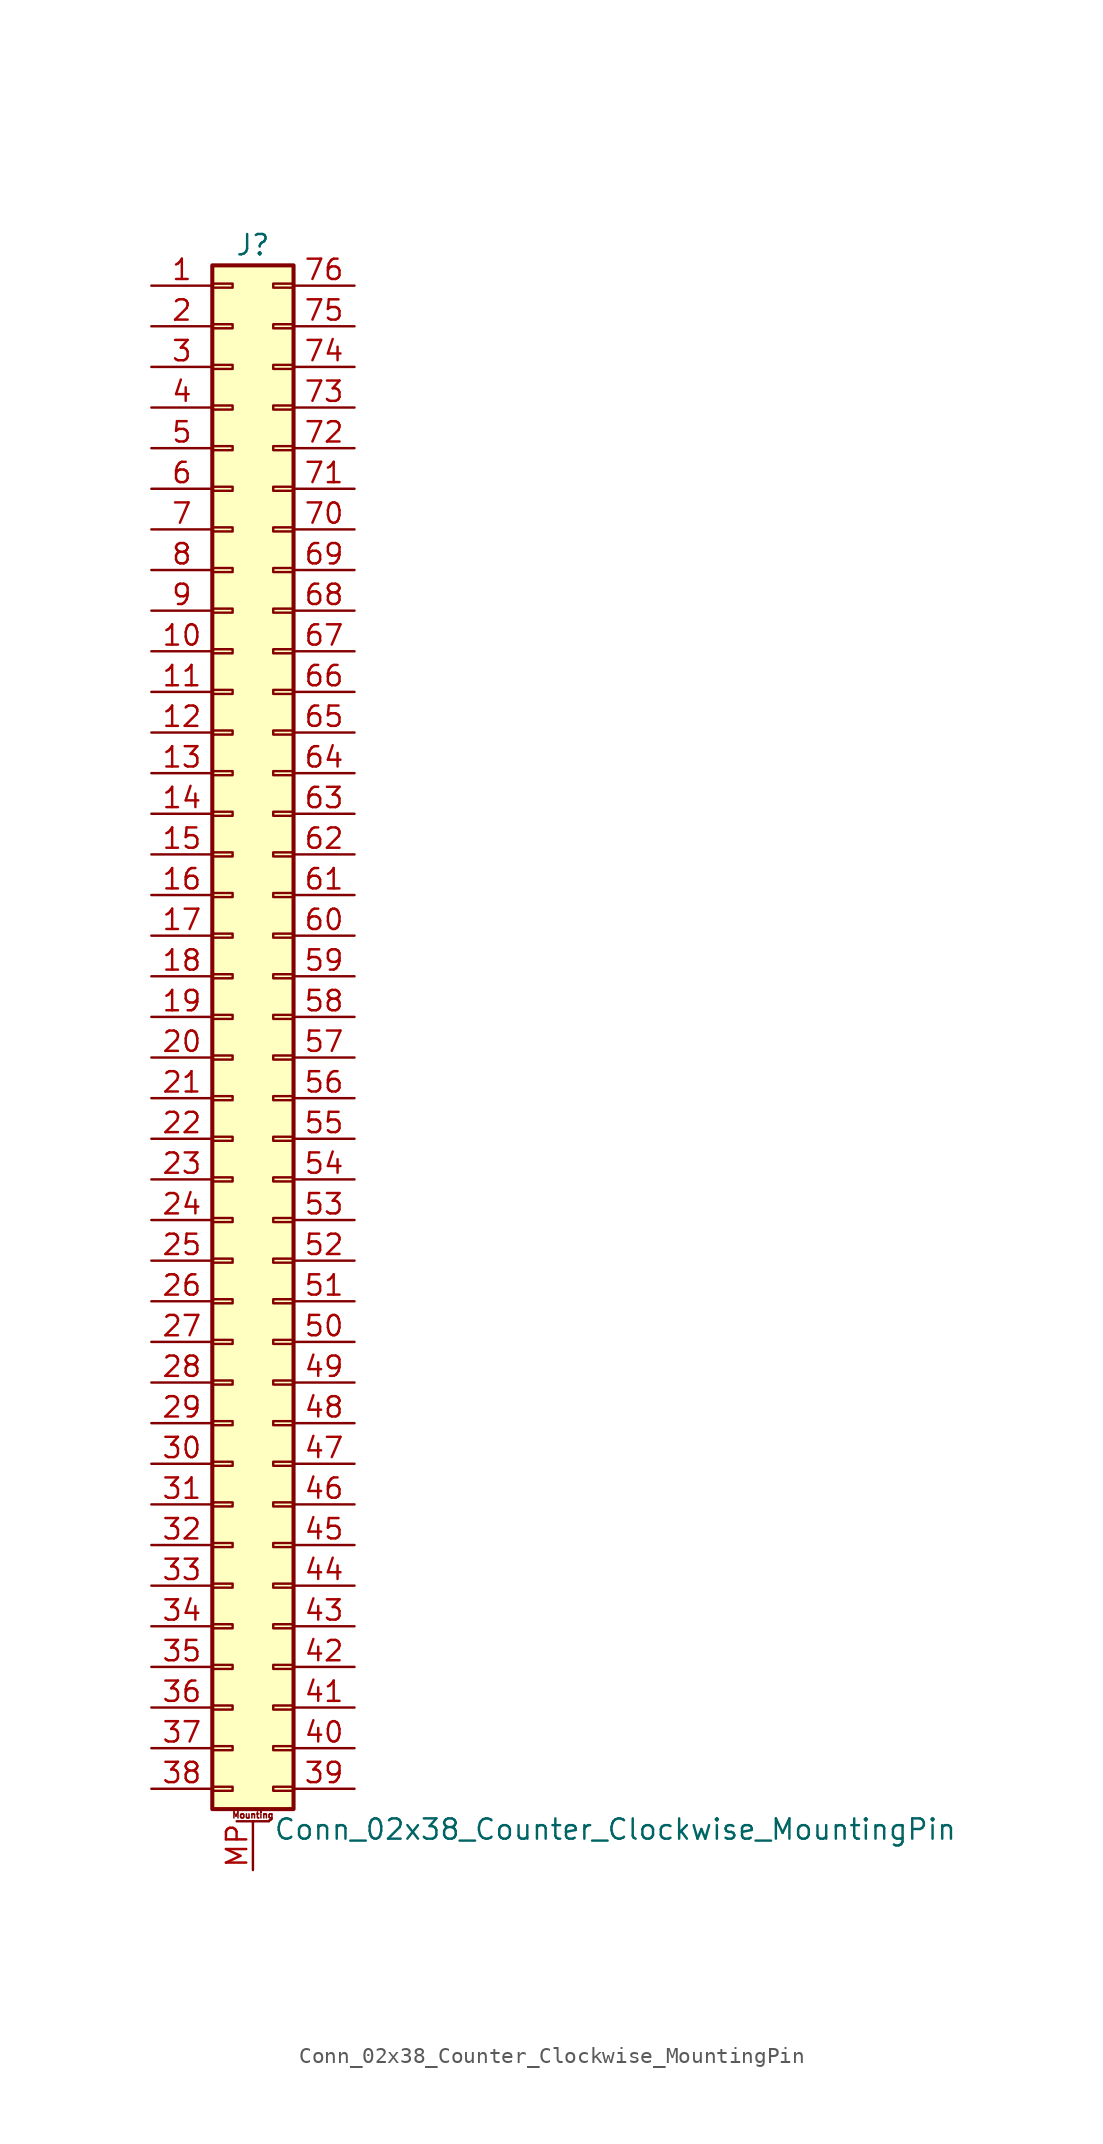
<source format=kicad_sym>
(kicad_symbol_lib
  (version 20201005)
  (generator kicad_symbol_editor)
  (symbol "Conn_02x38_Counter_Clockwise_MountingPin"
    (pin_names
      (offset 1.016) hide)
    (property "Reference" "J"
      (at 1.27 48.26 0)
      (effects (font (size 1.27 1.27))))
    (property "Value" "Conn_02x38_Counter_Clockwise_MountingPin"
      (at 2.54 -50.8 0)
      (effects (font (size 1.27 1.27)) (justify left)))
    (symbol "Conn_02x38_Counter_Clockwise_MountingPin_1_1"
      (text "Mounting" (at 1.27 -49.911 0) (effects (font (size 0.381 0.381))))
      (rectangle (start -1.27 -48.133) (end 0 -48.387) (stroke (width 0.152)) (fill (type none)))
      (rectangle (start -1.27 -45.593) (end 0 -45.847) (stroke (width 0.152)) (fill (type none)))
      (rectangle (start -1.27 -43.053) (end 0 -43.307) (stroke (width 0.152)) (fill (type none)))
      (rectangle (start -1.27 -40.513) (end 0 -40.767) (stroke (width 0.152)) (fill (type none)))
      (rectangle (start -1.27 -37.973) (end 0 -38.227) (stroke (width 0.152)) (fill (type none)))
      (rectangle (start -1.27 -35.433) (end 0 -35.687) (stroke (width 0.152)) (fill (type none)))
      (rectangle (start -1.27 -32.893) (end 0 -33.147) (stroke (width 0.152)) (fill (type none)))
      (rectangle (start -1.27 -30.353) (end 0 -30.607) (stroke (width 0.152)) (fill (type none)))
      (rectangle (start -1.27 -27.813) (end 0 -28.067) (stroke (width 0.152)) (fill (type none)))
      (rectangle (start -1.27 -25.273) (end 0 -25.527) (stroke (width 0.152)) (fill (type none)))
      (rectangle (start -1.27 -22.733) (end 0 -22.987) (stroke (width 0.152)) (fill (type none)))
      (rectangle (start -1.27 -20.193) (end 0 -20.447) (stroke (width 0.152)) (fill (type none)))
      (rectangle (start -1.27 -17.653) (end 0 -17.907) (stroke (width 0.152)) (fill (type none)))
      (rectangle (start -1.27 -15.113) (end 0 -15.367) (stroke (width 0.152)) (fill (type none)))
      (rectangle (start -1.27 -12.573) (end 0 -12.827) (stroke (width 0.152)) (fill (type none)))
      (rectangle (start -1.27 -10.033) (end 0 -10.287) (stroke (width 0.152)) (fill (type none)))
      (rectangle (start -1.27 -7.493) (end 0 -7.747) (stroke (width 0.152)) (fill (type none)))
      (rectangle (start -1.27 -4.953) (end 0 -5.207) (stroke (width 0.152)) (fill (type none)))
      (rectangle (start -1.27 -2.413) (end 0 -2.667) (stroke (width 0.152)) (fill (type none)))
      (rectangle (start -1.27 0.127) (end 0 -0.127) (stroke (width 0.152)) (fill (type none)))
      (rectangle (start -1.27 2.667) (end 0 2.413) (stroke (width 0.152)) (fill (type none)))
      (rectangle (start -1.27 5.207) (end 0 4.953) (stroke (width 0.152)) (fill (type none)))
      (rectangle (start -1.27 7.747) (end 0 7.493) (stroke (width 0.152)) (fill (type none)))
      (rectangle (start -1.27 10.287) (end 0 10.033) (stroke (width 0.152)) (fill (type none)))
      (rectangle (start -1.27 12.827) (end 0 12.573) (stroke (width 0.152)) (fill (type none)))
      (rectangle (start -1.27 15.367) (end 0 15.113) (stroke (width 0.152)) (fill (type none)))
      (rectangle (start -1.27 17.907) (end 0 17.653) (stroke (width 0.152)) (fill (type none)))
      (rectangle (start -1.27 20.447) (end 0 20.193) (stroke (width 0.152)) (fill (type none)))
      (rectangle (start -1.27 22.987) (end 0 22.733) (stroke (width 0.152)) (fill (type none)))
      (rectangle (start -1.27 25.527) (end 0 25.273) (stroke (width 0.152)) (fill (type none)))
      (rectangle (start -1.27 28.067) (end 0 27.813) (stroke (width 0.152)) (fill (type none)))
      (rectangle (start -1.27 30.607) (end 0 30.353) (stroke (width 0.152)) (fill (type none)))
      (rectangle (start -1.27 33.147) (end 0 32.893) (stroke (width 0.152)) (fill (type none)))
      (rectangle (start -1.27 35.687) (end 0 35.433) (stroke (width 0.152)) (fill (type none)))
      (rectangle (start -1.27 38.227) (end 0 37.973) (stroke (width 0.152)) (fill (type none)))
      (rectangle (start -1.27 40.767) (end 0 40.513) (stroke (width 0.152)) (fill (type none)))
      (rectangle (start -1.27 43.307) (end 0 43.053) (stroke (width 0.152)) (fill (type none)))
      (rectangle (start -1.27 45.847) (end 0 45.593) (stroke (width 0.152)) (fill (type none)))
      (rectangle (start -1.27 46.99) (end 3.81 -49.53) (stroke (width 0.254)) (fill (type background)))
      (rectangle (start 3.81 -48.133) (end 2.54 -48.387) (stroke (width 0.152)) (fill (type none)))
      (rectangle (start 3.81 -45.593) (end 2.54 -45.847) (stroke (width 0.152)) (fill (type none)))
      (rectangle (start 3.81 -43.053) (end 2.54 -43.307) (stroke (width 0.152)) (fill (type none)))
      (rectangle (start 3.81 -40.513) (end 2.54 -40.767) (stroke (width 0.152)) (fill (type none)))
      (rectangle (start 3.81 -37.973) (end 2.54 -38.227) (stroke (width 0.152)) (fill (type none)))
      (rectangle (start 3.81 -35.433) (end 2.54 -35.687) (stroke (width 0.152)) (fill (type none)))
      (rectangle (start 3.81 -32.893) (end 2.54 -33.147) (stroke (width 0.152)) (fill (type none)))
      (rectangle (start 3.81 -30.353) (end 2.54 -30.607) (stroke (width 0.152)) (fill (type none)))
      (rectangle (start 3.81 -27.813) (end 2.54 -28.067) (stroke (width 0.152)) (fill (type none)))
      (rectangle (start 3.81 -25.273) (end 2.54 -25.527) (stroke (width 0.152)) (fill (type none)))
      (rectangle (start 3.81 -22.733) (end 2.54 -22.987) (stroke (width 0.152)) (fill (type none)))
      (rectangle (start 3.81 -20.193) (end 2.54 -20.447) (stroke (width 0.152)) (fill (type none)))
      (rectangle (start 3.81 -17.653) (end 2.54 -17.907) (stroke (width 0.152)) (fill (type none)))
      (rectangle (start 3.81 -15.113) (end 2.54 -15.367) (stroke (width 0.152)) (fill (type none)))
      (rectangle (start 3.81 -12.573) (end 2.54 -12.827) (stroke (width 0.152)) (fill (type none)))
      (rectangle (start 3.81 -10.033) (end 2.54 -10.287) (stroke (width 0.152)) (fill (type none)))
      (rectangle (start 3.81 -7.493) (end 2.54 -7.747) (stroke (width 0.152)) (fill (type none)))
      (rectangle (start 3.81 -4.953) (end 2.54 -5.207) (stroke (width 0.152)) (fill (type none)))
      (rectangle (start 3.81 -2.413) (end 2.54 -2.667) (stroke (width 0.152)) (fill (type none)))
      (rectangle (start 3.81 0.127) (end 2.54 -0.127) (stroke (width 0.152)) (fill (type none)))
      (rectangle (start 3.81 2.667) (end 2.54 2.413) (stroke (width 0.152)) (fill (type none)))
      (rectangle (start 3.81 5.207) (end 2.54 4.953) (stroke (width 0.152)) (fill (type none)))
      (rectangle (start 3.81 7.747) (end 2.54 7.493) (stroke (width 0.152)) (fill (type none)))
      (rectangle (start 3.81 10.287) (end 2.54 10.033) (stroke (width 0.152)) (fill (type none)))
      (rectangle (start 3.81 12.827) (end 2.54 12.573) (stroke (width 0.152)) (fill (type none)))
      (rectangle (start 3.81 15.367) (end 2.54 15.113) (stroke (width 0.152)) (fill (type none)))
      (rectangle (start 3.81 17.907) (end 2.54 17.653) (stroke (width 0.152)) (fill (type none)))
      (rectangle (start 3.81 20.447) (end 2.54 20.193) (stroke (width 0.152)) (fill (type none)))
      (rectangle (start 3.81 22.987) (end 2.54 22.733) (stroke (width 0.152)) (fill (type none)))
      (rectangle (start 3.81 25.527) (end 2.54 25.273) (stroke (width 0.152)) (fill (type none)))
      (rectangle (start 3.81 28.067) (end 2.54 27.813) (stroke (width 0.152)) (fill (type none)))
      (rectangle (start 3.81 30.607) (end 2.54 30.353) (stroke (width 0.152)) (fill (type none)))
      (rectangle (start 3.81 33.147) (end 2.54 32.893) (stroke (width 0.152)) (fill (type none)))
      (rectangle (start 3.81 35.687) (end 2.54 35.433) (stroke (width 0.152)) (fill (type none)))
      (rectangle (start 3.81 38.227) (end 2.54 37.973) (stroke (width 0.152)) (fill (type none)))
      (rectangle (start 3.81 40.767) (end 2.54 40.513) (stroke (width 0.152)) (fill (type none)))
      (rectangle (start 3.81 43.307) (end 2.54 43.053) (stroke (width 0.152)) (fill (type none)))
      (rectangle (start 3.81 45.847) (end 2.54 45.593) (stroke (width 0.152)) (fill (type none)))
      (polyline (pts (xy 0.254 -50.292) (xy 2.286 -50.292)) (stroke (width 0.152)) (fill (type none)))
      (pin passive line (at -5.08 45.72 0) (length 3.81) (name "Pin_1" (effects (font (size 1.27 1.27)))) (number "1" (effects (font (size 1.27 1.27)))))
      (pin passive line (at -5.08 22.86 0) (length 3.81) (name "Pin_10" (effects (font (size 1.27 1.27)))) (number "10" (effects (font (size 1.27 1.27)))))
      (pin passive line (at -5.08 20.32 0) (length 3.81) (name "Pin_11" (effects (font (size 1.27 1.27)))) (number "11" (effects (font (size 1.27 1.27)))))
      (pin passive line (at -5.08 17.78 0) (length 3.81) (name "Pin_12" (effects (font (size 1.27 1.27)))) (number "12" (effects (font (size 1.27 1.27)))))
      (pin passive line (at -5.08 15.24 0) (length 3.81) (name "Pin_13" (effects (font (size 1.27 1.27)))) (number "13" (effects (font (size 1.27 1.27)))))
      (pin passive line (at -5.08 12.7 0) (length 3.81) (name "Pin_14" (effects (font (size 1.27 1.27)))) (number "14" (effects (font (size 1.27 1.27)))))
      (pin passive line (at -5.08 10.16 0) (length 3.81) (name "Pin_15" (effects (font (size 1.27 1.27)))) (number "15" (effects (font (size 1.27 1.27)))))
      (pin passive line (at -5.08 7.62 0) (length 3.81) (name "Pin_16" (effects (font (size 1.27 1.27)))) (number "16" (effects (font (size 1.27 1.27)))))
      (pin passive line (at -5.08 5.08 0) (length 3.81) (name "Pin_17" (effects (font (size 1.27 1.27)))) (number "17" (effects (font (size 1.27 1.27)))))
      (pin passive line (at -5.08 2.54 0) (length 3.81) (name "Pin_18" (effects (font (size 1.27 1.27)))) (number "18" (effects (font (size 1.27 1.27)))))
      (pin passive line (at -5.08 0 0) (length 3.81) (name "Pin_19" (effects (font (size 1.27 1.27)))) (number "19" (effects (font (size 1.27 1.27)))))
      (pin passive line (at -5.08 43.18 0) (length 3.81) (name "Pin_2" (effects (font (size 1.27 1.27)))) (number "2" (effects (font (size 1.27 1.27)))))
      (pin passive line (at -5.08 -2.54 0) (length 3.81) (name "Pin_20" (effects (font (size 1.27 1.27)))) (number "20" (effects (font (size 1.27 1.27)))))
      (pin passive line (at -5.08 -5.08 0) (length 3.81) (name "Pin_21" (effects (font (size 1.27 1.27)))) (number "21" (effects (font (size 1.27 1.27)))))
      (pin passive line (at -5.08 -7.62 0) (length 3.81) (name "Pin_22" (effects (font (size 1.27 1.27)))) (number "22" (effects (font (size 1.27 1.27)))))
      (pin passive line (at -5.08 -10.16 0) (length 3.81) (name "Pin_23" (effects (font (size 1.27 1.27)))) (number "23" (effects (font (size 1.27 1.27)))))
      (pin passive line (at -5.08 -12.7 0) (length 3.81) (name "Pin_24" (effects (font (size 1.27 1.27)))) (number "24" (effects (font (size 1.27 1.27)))))
      (pin passive line (at -5.08 -15.24 0) (length 3.81) (name "Pin_25" (effects (font (size 1.27 1.27)))) (number "25" (effects (font (size 1.27 1.27)))))
      (pin passive line (at -5.08 -17.78 0) (length 3.81) (name "Pin_26" (effects (font (size 1.27 1.27)))) (number "26" (effects (font (size 1.27 1.27)))))
      (pin passive line (at -5.08 -20.32 0) (length 3.81) (name "Pin_27" (effects (font (size 1.27 1.27)))) (number "27" (effects (font (size 1.27 1.27)))))
      (pin passive line (at -5.08 -22.86 0) (length 3.81) (name "Pin_28" (effects (font (size 1.27 1.27)))) (number "28" (effects (font (size 1.27 1.27)))))
      (pin passive line (at -5.08 -25.4 0) (length 3.81) (name "Pin_29" (effects (font (size 1.27 1.27)))) (number "29" (effects (font (size 1.27 1.27)))))
      (pin passive line (at -5.08 40.64 0) (length 3.81) (name "Pin_3" (effects (font (size 1.27 1.27)))) (number "3" (effects (font (size 1.27 1.27)))))
      (pin passive line (at -5.08 -27.94 0) (length 3.81) (name "Pin_30" (effects (font (size 1.27 1.27)))) (number "30" (effects (font (size 1.27 1.27)))))
      (pin passive line (at -5.08 -30.48 0) (length 3.81) (name "Pin_31" (effects (font (size 1.27 1.27)))) (number "31" (effects (font (size 1.27 1.27)))))
      (pin passive line (at -5.08 -33.02 0) (length 3.81) (name "Pin_32" (effects (font (size 1.27 1.27)))) (number "32" (effects (font (size 1.27 1.27)))))
      (pin passive line (at -5.08 -35.56 0) (length 3.81) (name "Pin_33" (effects (font (size 1.27 1.27)))) (number "33" (effects (font (size 1.27 1.27)))))
      (pin passive line (at -5.08 -38.1 0) (length 3.81) (name "Pin_34" (effects (font (size 1.27 1.27)))) (number "34" (effects (font (size 1.27 1.27)))))
      (pin passive line (at -5.08 -40.64 0) (length 3.81) (name "Pin_35" (effects (font (size 1.27 1.27)))) (number "35" (effects (font (size 1.27 1.27)))))
      (pin passive line (at -5.08 -43.18 0) (length 3.81) (name "Pin_36" (effects (font (size 1.27 1.27)))) (number "36" (effects (font (size 1.27 1.27)))))
      (pin passive line (at -5.08 -45.72 0) (length 3.81) (name "Pin_37" (effects (font (size 1.27 1.27)))) (number "37" (effects (font (size 1.27 1.27)))))
      (pin passive line (at -5.08 -48.26 0) (length 3.81) (name "Pin_38" (effects (font (size 1.27 1.27)))) (number "38" (effects (font (size 1.27 1.27)))))
      (pin passive line (at 7.62 -48.26 180) (length 3.81) (name "Pin_39" (effects (font (size 1.27 1.27)))) (number "39" (effects (font (size 1.27 1.27)))))
      (pin passive line (at -5.08 38.1 0) (length 3.81) (name "Pin_4" (effects (font (size 1.27 1.27)))) (number "4" (effects (font (size 1.27 1.27)))))
      (pin passive line (at 7.62 -45.72 180) (length 3.81) (name "Pin_40" (effects (font (size 1.27 1.27)))) (number "40" (effects (font (size 1.27 1.27)))))
      (pin passive line (at 7.62 -43.18 180) (length 3.81) (name "Pin_41" (effects (font (size 1.27 1.27)))) (number "41" (effects (font (size 1.27 1.27)))))
      (pin passive line (at 7.62 -40.64 180) (length 3.81) (name "Pin_42" (effects (font (size 1.27 1.27)))) (number "42" (effects (font (size 1.27 1.27)))))
      (pin passive line (at 7.62 -38.1 180) (length 3.81) (name "Pin_43" (effects (font (size 1.27 1.27)))) (number "43" (effects (font (size 1.27 1.27)))))
      (pin passive line (at 7.62 -35.56 180) (length 3.81) (name "Pin_44" (effects (font (size 1.27 1.27)))) (number "44" (effects (font (size 1.27 1.27)))))
      (pin passive line (at 7.62 -33.02 180) (length 3.81) (name "Pin_45" (effects (font (size 1.27 1.27)))) (number "45" (effects (font (size 1.27 1.27)))))
      (pin passive line (at 7.62 -30.48 180) (length 3.81) (name "Pin_46" (effects (font (size 1.27 1.27)))) (number "46" (effects (font (size 1.27 1.27)))))
      (pin passive line (at 7.62 -27.94 180) (length 3.81) (name "Pin_47" (effects (font (size 1.27 1.27)))) (number "47" (effects (font (size 1.27 1.27)))))
      (pin passive line (at 7.62 -25.4 180) (length 3.81) (name "Pin_48" (effects (font (size 1.27 1.27)))) (number "48" (effects (font (size 1.27 1.27)))))
      (pin passive line (at 7.62 -22.86 180) (length 3.81) (name "Pin_49" (effects (font (size 1.27 1.27)))) (number "49" (effects (font (size 1.27 1.27)))))
      (pin passive line (at -5.08 35.56 0) (length 3.81) (name "Pin_5" (effects (font (size 1.27 1.27)))) (number "5" (effects (font (size 1.27 1.27)))))
      (pin passive line (at 7.62 -20.32 180) (length 3.81) (name "Pin_50" (effects (font (size 1.27 1.27)))) (number "50" (effects (font (size 1.27 1.27)))))
      (pin passive line (at 7.62 -17.78 180) (length 3.81) (name "Pin_51" (effects (font (size 1.27 1.27)))) (number "51" (effects (font (size 1.27 1.27)))))
      (pin passive line (at 7.62 -15.24 180) (length 3.81) (name "Pin_52" (effects (font (size 1.27 1.27)))) (number "52" (effects (font (size 1.27 1.27)))))
      (pin passive line (at 7.62 -12.7 180) (length 3.81) (name "Pin_53" (effects (font (size 1.27 1.27)))) (number "53" (effects (font (size 1.27 1.27)))))
      (pin passive line (at 7.62 -10.16 180) (length 3.81) (name "Pin_54" (effects (font (size 1.27 1.27)))) (number "54" (effects (font (size 1.27 1.27)))))
      (pin passive line (at 7.62 -7.62 180) (length 3.81) (name "Pin_55" (effects (font (size 1.27 1.27)))) (number "55" (effects (font (size 1.27 1.27)))))
      (pin passive line (at 7.62 -5.08 180) (length 3.81) (name "Pin_56" (effects (font (size 1.27 1.27)))) (number "56" (effects (font (size 1.27 1.27)))))
      (pin passive line (at 7.62 -2.54 180) (length 3.81) (name "Pin_57" (effects (font (size 1.27 1.27)))) (number "57" (effects (font (size 1.27 1.27)))))
      (pin passive line (at 7.62 0 180) (length 3.81) (name "Pin_58" (effects (font (size 1.27 1.27)))) (number "58" (effects (font (size 1.27 1.27)))))
      (pin passive line (at 7.62 2.54 180) (length 3.81) (name "Pin_59" (effects (font (size 1.27 1.27)))) (number "59" (effects (font (size 1.27 1.27)))))
      (pin passive line (at -5.08 33.02 0) (length 3.81) (name "Pin_6" (effects (font (size 1.27 1.27)))) (number "6" (effects (font (size 1.27 1.27)))))
      (pin passive line (at 7.62 5.08 180) (length 3.81) (name "Pin_60" (effects (font (size 1.27 1.27)))) (number "60" (effects (font (size 1.27 1.27)))))
      (pin passive line (at 7.62 7.62 180) (length 3.81) (name "Pin_61" (effects (font (size 1.27 1.27)))) (number "61" (effects (font (size 1.27 1.27)))))
      (pin passive line (at 7.62 10.16 180) (length 3.81) (name "Pin_62" (effects (font (size 1.27 1.27)))) (number "62" (effects (font (size 1.27 1.27)))))
      (pin passive line (at 7.62 12.7 180) (length 3.81) (name "Pin_63" (effects (font (size 1.27 1.27)))) (number "63" (effects (font (size 1.27 1.27)))))
      (pin passive line (at 7.62 15.24 180) (length 3.81) (name "Pin_64" (effects (font (size 1.27 1.27)))) (number "64" (effects (font (size 1.27 1.27)))))
      (pin passive line (at 7.62 17.78 180) (length 3.81) (name "Pin_65" (effects (font (size 1.27 1.27)))) (number "65" (effects (font (size 1.27 1.27)))))
      (pin passive line (at 7.62 20.32 180) (length 3.81) (name "Pin_66" (effects (font (size 1.27 1.27)))) (number "66" (effects (font (size 1.27 1.27)))))
      (pin passive line (at 7.62 22.86 180) (length 3.81) (name "Pin_67" (effects (font (size 1.27 1.27)))) (number "67" (effects (font (size 1.27 1.27)))))
      (pin passive line (at 7.62 25.4 180) (length 3.81) (name "Pin_68" (effects (font (size 1.27 1.27)))) (number "68" (effects (font (size 1.27 1.27)))))
      (pin passive line (at 7.62 27.94 180) (length 3.81) (name "Pin_69" (effects (font (size 1.27 1.27)))) (number "69" (effects (font (size 1.27 1.27)))))
      (pin passive line (at -5.08 30.48 0) (length 3.81) (name "Pin_7" (effects (font (size 1.27 1.27)))) (number "7" (effects (font (size 1.27 1.27)))))
      (pin passive line (at 7.62 30.48 180) (length 3.81) (name "Pin_70" (effects (font (size 1.27 1.27)))) (number "70" (effects (font (size 1.27 1.27)))))
      (pin passive line (at 7.62 33.02 180) (length 3.81) (name "Pin_71" (effects (font (size 1.27 1.27)))) (number "71" (effects (font (size 1.27 1.27)))))
      (pin passive line (at 7.62 35.56 180) (length 3.81) (name "Pin_72" (effects (font (size 1.27 1.27)))) (number "72" (effects (font (size 1.27 1.27)))))
      (pin passive line (at 7.62 38.1 180) (length 3.81) (name "Pin_73" (effects (font (size 1.27 1.27)))) (number "73" (effects (font (size 1.27 1.27)))))
      (pin passive line (at 7.62 40.64 180) (length 3.81) (name "Pin_74" (effects (font (size 1.27 1.27)))) (number "74" (effects (font (size 1.27 1.27)))))
      (pin passive line (at 7.62 43.18 180) (length 3.81) (name "Pin_75" (effects (font (size 1.27 1.27)))) (number "75" (effects (font (size 1.27 1.27)))))
      (pin passive line (at 7.62 45.72 180) (length 3.81) (name "Pin_76" (effects (font (size 1.27 1.27)))) (number "76" (effects (font (size 1.27 1.27)))))
      (pin passive line (at -5.08 27.94 0) (length 3.81) (name "Pin_8" (effects (font (size 1.27 1.27)))) (number "8" (effects (font (size 1.27 1.27)))))
      (pin passive line (at -5.08 25.4 0) (length 3.81) (name "Pin_9" (effects (font (size 1.27 1.27)))) (number "9" (effects (font (size 1.27 1.27)))))
      (pin passive line (at 1.27 -53.34 90) (length 3.048) (name "MountPin" (effects (font (size 1.27 1.27)))) (number "MP" (effects (font (size 1.27 1.27))))))))
</source>
